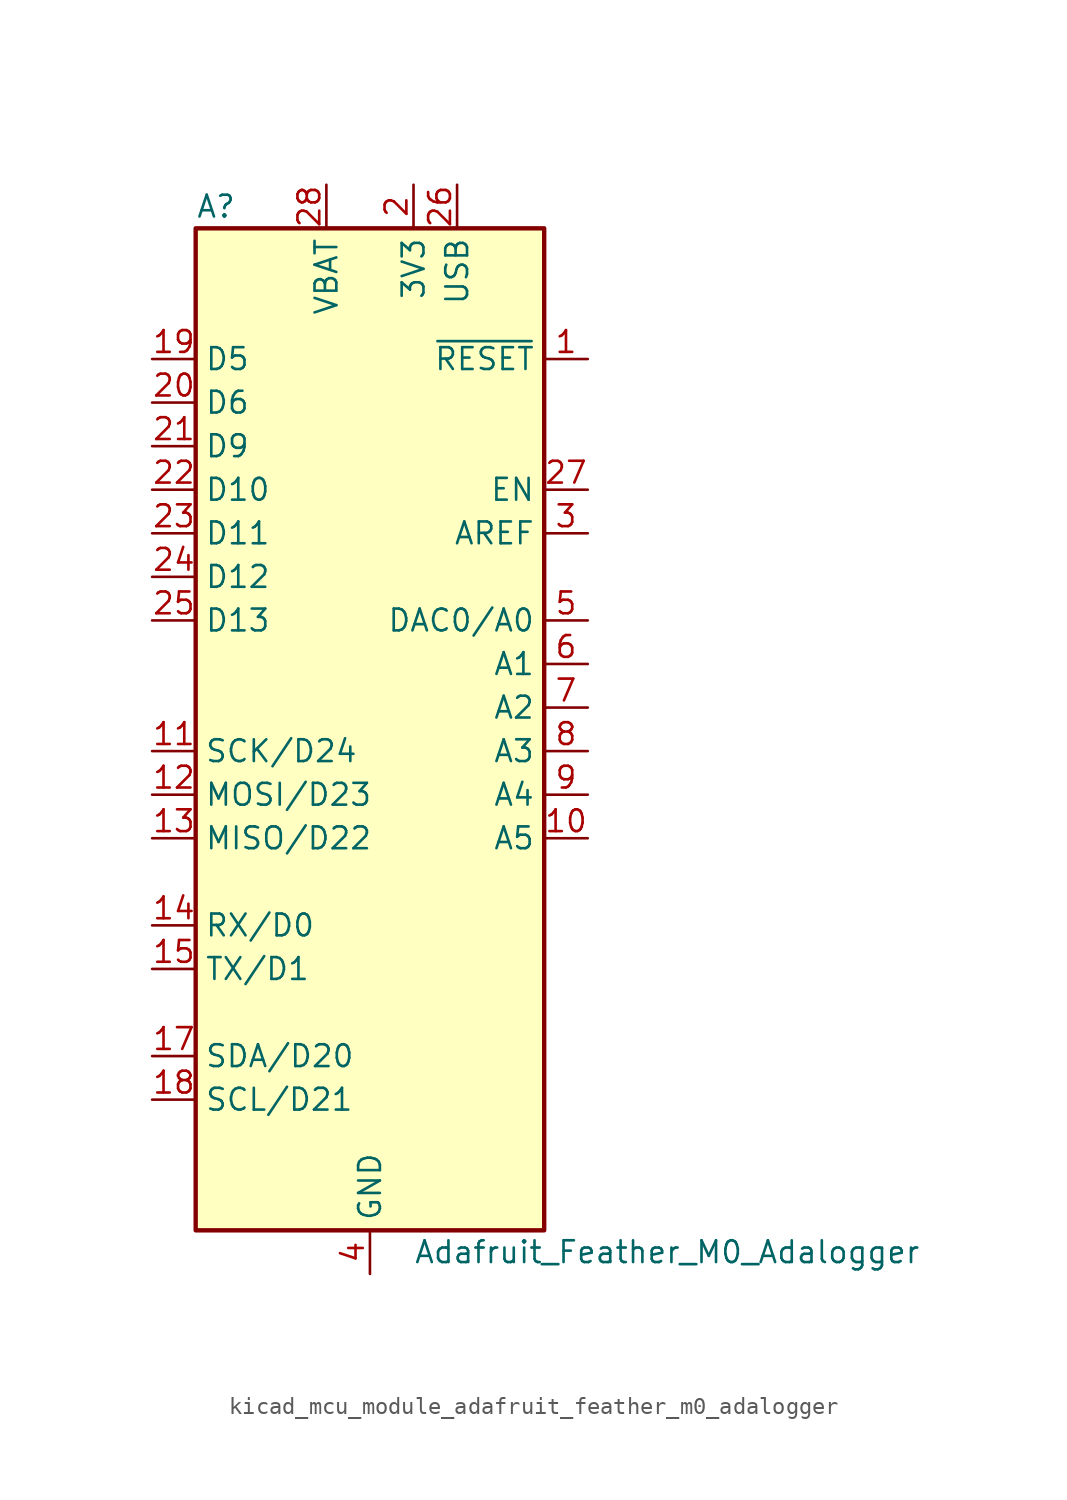
<source format=kicad_sym>
(kicad_symbol_lib
  (version 20220914)
  (generator kicad_symbol_editor)
  (symbol "kicad_mcu_module_adafruit_feather_m0_adalogger"
    (property "Reference" "A"
      (at -10.16 29.21 0)
      (effects (font (size 1.27 1.27)) (justify left)))
    (property "Value" "Adafruit_Feather_M0_Adalogger"
      (at 2.54 -31.75 0)
      (effects (font (size 1.27 1.27)) (justify left)))
    (symbol "kicad_mcu_module_adafruit_feather_m0_adalogger_0_1"
      (rectangle (start -10.16 27.94) (end 10.16 -30.48) (stroke (width 0.254) (type default)) (fill (type background))))
    (symbol "kicad_mcu_module_adafruit_feather_m0_adalogger_1_1"
      (pin input line (at 12.7 20.32 180) (length 2.54) (name "~{RESET}" (effects (font (size 1.27 1.27)))) (number "1" (effects (font (size 1.27 1.27)))))
      (pin bidirectional line (at 12.7 -7.62 180) (length 2.54) (name "A5" (effects (font (size 1.27 1.27)))) (number "10" (effects (font (size 1.27 1.27)))))
      (pin bidirectional line (at -12.7 -2.54 0) (length 2.54) (name "SCK/D24" (effects (font (size 1.27 1.27)))) (number "11" (effects (font (size 1.27 1.27)))))
      (pin bidirectional line (at -12.7 -5.08 0) (length 2.54) (name "MOSI/D23" (effects (font (size 1.27 1.27)))) (number "12" (effects (font (size 1.27 1.27)))))
      (pin bidirectional line (at -12.7 -7.62 0) (length 2.54) (name "MISO/D22" (effects (font (size 1.27 1.27)))) (number "13" (effects (font (size 1.27 1.27)))))
      (pin bidirectional line (at -12.7 -12.7 0) (length 2.54) (name "RX/D0" (effects (font (size 1.27 1.27)))) (number "14" (effects (font (size 1.27 1.27)))))
      (pin bidirectional line (at -12.7 -15.24 0) (length 2.54) (name "TX/D1" (effects (font (size 1.27 1.27)))) (number "15" (effects (font (size 1.27 1.27)))))
      (pin passive line (at 0 -33.02 90) (length 2.54) hide (name "GND" (effects (font (size 1.27 1.27)))) (number "16" (effects (font (size 1.27 1.27)))))
      (pin bidirectional line (at -12.7 -20.32 0) (length 2.54) (name "SDA/D20" (effects (font (size 1.27 1.27)))) (number "17" (effects (font (size 1.27 1.27)))))
      (pin bidirectional line (at -12.7 -22.86 0) (length 2.54) (name "SCL/D21" (effects (font (size 1.27 1.27)))) (number "18" (effects (font (size 1.27 1.27)))))
      (pin bidirectional line (at -12.7 20.32 0) (length 2.54) (name "D5" (effects (font (size 1.27 1.27)))) (number "19" (effects (font (size 1.27 1.27)))))
      (pin power_in line (at 2.54 30.48 270) (length 2.54) (name "3V3" (effects (font (size 1.27 1.27)))) (number "2" (effects (font (size 1.27 1.27)))))
      (pin bidirectional line (at -12.7 17.78 0) (length 2.54) (name "D6" (effects (font (size 1.27 1.27)))) (number "20" (effects (font (size 1.27 1.27)))))
      (pin bidirectional line (at -12.7 15.24 0) (length 2.54) (name "D9" (effects (font (size 1.27 1.27)))) (number "21" (effects (font (size 1.27 1.27)))))
      (pin bidirectional line (at -12.7 12.7 0) (length 2.54) (name "D10" (effects (font (size 1.27 1.27)))) (number "22" (effects (font (size 1.27 1.27)))))
      (pin bidirectional line (at -12.7 10.16 0) (length 2.54) (name "D11" (effects (font (size 1.27 1.27)))) (number "23" (effects (font (size 1.27 1.27)))))
      (pin bidirectional line (at -12.7 7.62 0) (length 2.54) (name "D12" (effects (font (size 1.27 1.27)))) (number "24" (effects (font (size 1.27 1.27)))))
      (pin bidirectional line (at -12.7 5.08 0) (length 2.54) (name "D13" (effects (font (size 1.27 1.27)))) (number "25" (effects (font (size 1.27 1.27)))))
      (pin power_in line (at 5.08 30.48 270) (length 2.54) (name "USB" (effects (font (size 1.27 1.27)))) (number "26" (effects (font (size 1.27 1.27)))))
      (pin input line (at 12.7 12.7 180) (length 2.54) (name "EN" (effects (font (size 1.27 1.27)))) (number "27" (effects (font (size 1.27 1.27)))))
      (pin power_in line (at -2.54 30.48 270) (length 2.54) (name "VBAT" (effects (font (size 1.27 1.27)))) (number "28" (effects (font (size 1.27 1.27)))))
      (pin input line (at 12.7 10.16 180) (length 2.54) (name "AREF" (effects (font (size 1.27 1.27)))) (number "3" (effects (font (size 1.27 1.27)))))
      (pin power_in line (at 0 -33.02 90) (length 2.54) (name "GND" (effects (font (size 1.27 1.27)))) (number "4" (effects (font (size 1.27 1.27)))))
      (pin bidirectional line (at 12.7 5.08 180) (length 2.54) (name "DAC0/A0" (effects (font (size 1.27 1.27)))) (number "5" (effects (font (size 1.27 1.27)))))
      (pin bidirectional line (at 12.7 2.54 180) (length 2.54) (name "A1" (effects (font (size 1.27 1.27)))) (number "6" (effects (font (size 1.27 1.27)))))
      (pin bidirectional line (at 12.7 0 180) (length 2.54) (name "A2" (effects (font (size 1.27 1.27)))) (number "7" (effects (font (size 1.27 1.27)))))
      (pin bidirectional line (at 12.7 -2.54 180) (length 2.54) (name "A3" (effects (font (size 1.27 1.27)))) (number "8" (effects (font (size 1.27 1.27)))))
      (pin bidirectional line (at 12.7 -5.08 180) (length 2.54) (name "A4" (effects (font (size 1.27 1.27)))) (number "9" (effects (font (size 1.27 1.27))))))))
</source>
